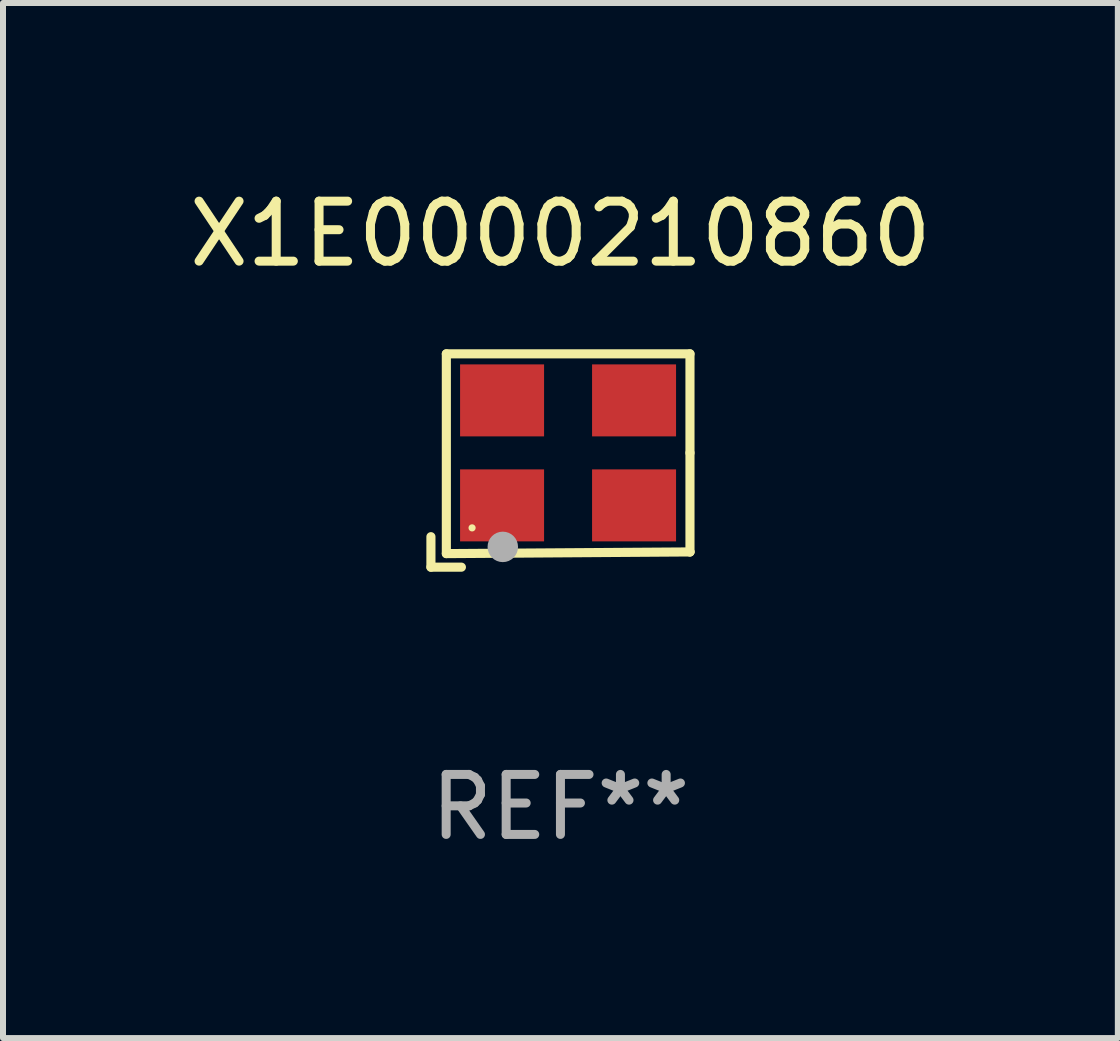
<source format=kicad_pcb>
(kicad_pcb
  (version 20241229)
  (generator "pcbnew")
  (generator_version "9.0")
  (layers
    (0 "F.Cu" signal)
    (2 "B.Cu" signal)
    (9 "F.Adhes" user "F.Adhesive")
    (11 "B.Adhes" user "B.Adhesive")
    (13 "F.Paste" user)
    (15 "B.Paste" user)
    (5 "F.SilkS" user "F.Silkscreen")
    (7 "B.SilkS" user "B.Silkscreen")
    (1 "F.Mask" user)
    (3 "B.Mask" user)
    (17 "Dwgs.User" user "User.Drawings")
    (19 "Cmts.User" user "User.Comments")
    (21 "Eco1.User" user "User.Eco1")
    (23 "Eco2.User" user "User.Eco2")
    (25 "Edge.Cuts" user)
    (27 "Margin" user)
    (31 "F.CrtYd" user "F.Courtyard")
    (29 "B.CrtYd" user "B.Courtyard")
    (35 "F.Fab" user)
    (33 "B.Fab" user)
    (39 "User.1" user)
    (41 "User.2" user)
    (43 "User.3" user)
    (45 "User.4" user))
  (footprint "X1E0000210860"
    (layer "F.Cu")
    (at 6.292 4.626)
    (property "Reference" "X1E0000210860" (at 0 -3.778 0) (layer "F.SilkS") (effects (font (size 1 1) (thickness 0.15))))
    (attr through_hole)
    (fp_line (start -2.159 1.27) (end -2.159 1.778) (stroke (width 0.152) (type solid)) (layer "F.SilkS"))
    (fp_line (start -2.159 1.778) (end -1.651 1.778) (stroke (width 0.152) (type solid)) (layer "F.SilkS"))
    (fp_line (start -1.902 -1.778) (end 2.159 -1.778) (stroke (width 0.152) (type solid)) (layer "F.SilkS"))
    (fp_line (start -1.902 1.552) (end -1.902 -1.778) (stroke (width 0.152) (type solid)) (layer "F.SilkS"))
    (fp_line (start 2.159 -1.778) (end 2.159 -0.127) (stroke (width 0.152) (type solid)) (layer "F.SilkS"))
    (fp_line (start 2.159 -0.127) (end 2.159 1.524) (stroke (width 0.152) (type solid)) (layer "F.SilkS"))
    (fp_line (start 2.159 1.524) (end -1.902 1.552) (stroke (width 0.152) (type solid)) (layer "F.SilkS"))
    (fp_line (start 2.159 1.524) (end 2.159 1.524) (stroke (width 0.152) (type solid)) (layer "F.SilkS"))
    (fp_circle (center -1.473 1.123) (end -1.443 1.123) (stroke (width 0.06) (type solid)) (fill no) (layer "F.SilkS"))
    (fp_circle (center -0.961 1.44) (end -0.834 1.44) (stroke (width 0.254) (type solid)) (fill no) (layer "F.Fab"))
    (fp_text user "REF**" (at 0 5.778 0) (layer "F.Fab") (effects (font (size 1 1) (thickness 0.15))))
    (pad "1" smd rect (at -0.973 0.748) (size 1.4 1.2) (layers "F.Cu" "F.Mask" "F.Paste"))
    (pad "2" smd rect (at 1.227 0.748) (size 1.4 1.2) (layers "F.Cu" "F.Mask" "F.Paste"))
    (pad "3" smd rect (at 1.227 -1.002) (size 1.4 1.2) (layers "F.Cu" "F.Mask" "F.Paste"))
    (pad "4" smd rect (at -0.973 -1.002) (size 1.4 1.2) (layers "F.Cu" "F.Mask" "F.Paste")))
  (gr_rect
    (start -3 -3)
    (end 15.583 14.253)
    (stroke (width 0.1) (type default))
    (fill no)
    (layer "Edge.Cuts")))
</source>
